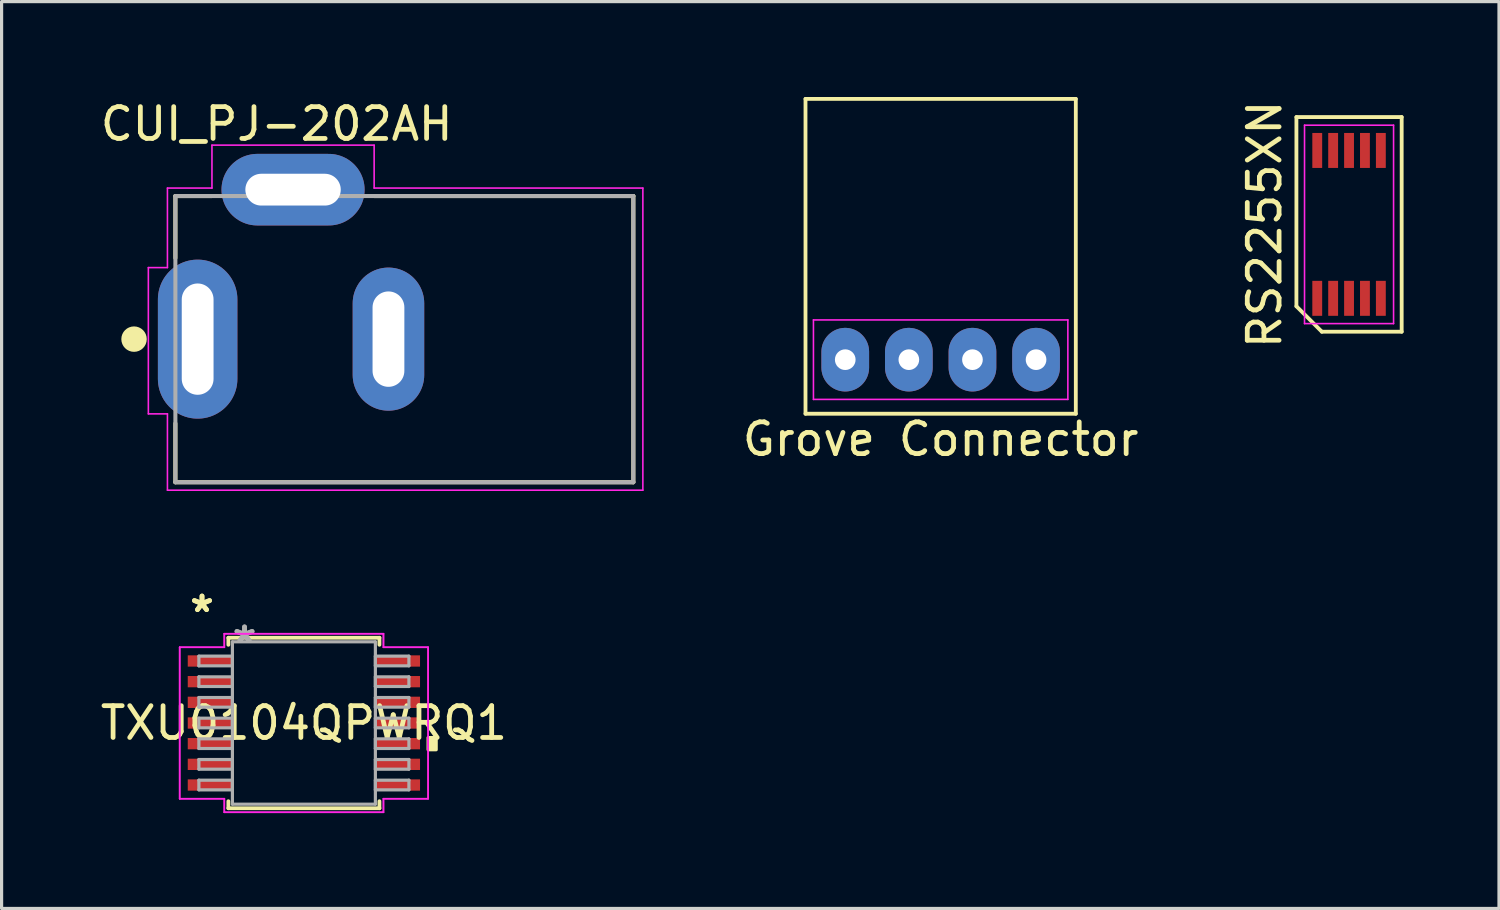
<source format=kicad_pcb>
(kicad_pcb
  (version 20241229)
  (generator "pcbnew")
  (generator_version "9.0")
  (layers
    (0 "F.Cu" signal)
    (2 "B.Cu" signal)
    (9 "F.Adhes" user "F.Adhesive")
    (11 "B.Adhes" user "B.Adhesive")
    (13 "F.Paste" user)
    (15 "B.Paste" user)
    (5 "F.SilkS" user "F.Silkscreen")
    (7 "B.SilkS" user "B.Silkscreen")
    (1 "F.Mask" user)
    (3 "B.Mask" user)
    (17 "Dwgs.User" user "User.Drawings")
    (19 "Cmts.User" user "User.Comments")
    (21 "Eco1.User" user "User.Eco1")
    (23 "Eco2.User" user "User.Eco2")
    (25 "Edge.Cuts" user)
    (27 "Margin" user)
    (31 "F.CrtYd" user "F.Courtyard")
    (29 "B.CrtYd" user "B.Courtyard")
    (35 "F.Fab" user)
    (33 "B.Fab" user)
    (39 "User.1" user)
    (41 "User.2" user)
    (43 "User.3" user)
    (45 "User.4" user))
  (footprint "CUI_PJ-202AH"
    (layer "F.Cu")
    (at 9.665 7.614)
    (property "Reference" "CUI_PJ-202AH" (at -4.015 -6.766 0) (layer "F.SilkS") (effects (font (size 1 1) (thickness 0.15))))
    (attr through_hole)
    (fp_line (start -7.2 -4.5) (end -6.05 -4.5) (stroke (width 0.127) (type solid)) (layer "F.SilkS"))
    (fp_line (start -7.2 -2.55) (end -7.2 -4.5) (stroke (width 0.127) (type solid)) (layer "F.SilkS"))
    (fp_line (start -7.2 4.5) (end -7.2 2.65) (stroke (width 0.127) (type solid)) (layer "F.SilkS"))
    (fp_line (start -0.95 -4.5) (end 7.2 -4.5) (stroke (width 0.127) (type solid)) (layer "F.SilkS"))
    (fp_line (start 7.2 -4.5) (end 7.2 4.5) (stroke (width 0.127) (type solid)) (layer "F.SilkS"))
    (fp_line (start 7.2 4.5) (end -7.2 4.5) (stroke (width 0.127) (type solid)) (layer "F.SilkS"))
    (fp_circle (center -8.5 0) (end -8.3 0) (stroke (width 0.4) (type solid)) (fill no) (layer "F.SilkS"))
    (fp_line (start -8.05 -2.25) (end -8.05 2.35) (stroke (width 0.05) (type solid)) (layer "F.CrtYd"))
    (fp_line (start -8.05 2.35) (end -7.45 2.35) (stroke (width 0.05) (type solid)) (layer "F.CrtYd"))
    (fp_line (start -7.45 -4.75) (end -6.05 -4.75) (stroke (width 0.05) (type solid)) (layer "F.CrtYd"))
    (fp_line (start -7.45 -2.25) (end -8.05 -2.25) (stroke (width 0.05) (type solid)) (layer "F.CrtYd"))
    (fp_line (start -7.45 -2.25) (end -7.45 -4.75) (stroke (width 0.05) (type solid)) (layer "F.CrtYd"))
    (fp_line (start -7.45 4.75) (end -7.45 2.35) (stroke (width 0.05) (type solid)) (layer "F.CrtYd"))
    (fp_line (start -6.05 -6.1) (end -0.95 -6.1) (stroke (width 0.05) (type solid)) (layer "F.CrtYd"))
    (fp_line (start -6.05 -4.75) (end -6.05 -6.1) (stroke (width 0.05) (type solid)) (layer "F.CrtYd"))
    (fp_line (start -0.95 -6.1) (end -0.95 -4.75) (stroke (width 0.05) (type solid)) (layer "F.CrtYd"))
    (fp_line (start -0.95 -4.75) (end 7.5 -4.75) (stroke (width 0.05) (type solid)) (layer "F.CrtYd"))
    (fp_line (start 7.5 -4.75) (end 7.5 4.75) (stroke (width 0.05) (type solid)) (layer "F.CrtYd"))
    (fp_line (start 7.5 4.75) (end -7.45 4.75) (stroke (width 0.05) (type solid)) (layer "F.CrtYd"))
    (fp_line (start -7.2 -4.5) (end 7.2 -4.5) (stroke (width 0.127) (type solid)) (layer "F.Fab"))
    (fp_line (start -7.2 4.5) (end -7.2 -4.5) (stroke (width 0.127) (type solid)) (layer "F.Fab"))
    (fp_line (start 7.2 -4.5) (end 7.2 4.5) (stroke (width 0.127) (type solid)) (layer "F.Fab"))
    (fp_line (start 7.2 4.5) (end -7.2 4.5) (stroke (width 0.127) (type solid)) (layer "F.Fab"))
    (pad "1" thru_hole oval (at -6.5 0) (size 2.5 5) (drill oval 1 3.5) (layers "*.Cu" "*.Mask"))
    (pad "2" thru_hole oval (at -0.5 0) (size 2.25 4.5) (drill oval 1 3) (layers "*.Cu" "*.Mask"))
    (pad "3" thru_hole oval (at -3.5 -4.7) (size 4.5 2.25) (drill oval 3 1) (layers "*.Cu" "*.Mask")))
  (footprint "Grove Connector"
    (layer "F.Cu")
    (at 26.529 8.26)
    (property "Reference" "Grove Connector" (at 0 2.5 0) (layer "F.SilkS") (effects (font (size 1 1) (thickness 0.15))))
    (fp_line (start -4.25 -8.2) (end 4.25 -8.2) (stroke (width 0.12) (type default)) (layer "F.SilkS"))
    (fp_line (start -4.25 1.7) (end -4.25 -8.2) (stroke (width 0.12) (type default)) (layer "F.SilkS"))
    (fp_line (start 4.25 -8.2) (end 4.25 1.7) (stroke (width 0.12) (type default)) (layer "F.SilkS"))
    (fp_line (start 4.25 1.7) (end -4.25 1.7) (stroke (width 0.12) (type default)) (layer "F.SilkS"))
    (fp_line (start -4 -1.25) (end 4 -1.25) (stroke (width 0.05) (type default)) (layer "F.CrtYd"))
    (fp_line (start -4 1.25) (end -4 -1.25) (stroke (width 0.05) (type default)) (layer "F.CrtYd"))
    (fp_line (start 4 -1.25) (end 4 1.25) (stroke (width 0.05) (type default)) (layer "F.CrtYd"))
    (fp_line (start 4 1.25) (end -4 1.25) (stroke (width 0.05) (type default)) (layer "F.CrtYd"))
    (pad "1" thru_hole oval (at -3 0) (size 1.5 2) (drill 0.65) (layers "*.Cu" "*.Mask"))
    (pad "2" thru_hole oval (at -1 0) (size 1.5 2) (drill 0.65) (layers "*.Cu" "*.Mask"))
    (pad "3" thru_hole oval (at 1 0) (size 1.5 2) (drill 0.65) (layers "*.Cu" "*.Mask"))
    (pad "4" thru_hole oval (at 3 0) (size 1.5 2) (drill 0.65) (layers "*.Cu" "*.Mask")))
  (footprint "RS2255XN"
    (layer "F.Cu")
    (at 39.371 4.006)
    (property "Reference" "RS2255XN" (at -2.655 0 90) (layer "F.SilkS") (effects (font (size 1 1) (thickness 0.15))))
    (attr through_hole)
    (fp_line (start -1.655 -3.375) (end 1.655 -3.375) (stroke (width 0.12) (type default)) (layer "F.SilkS"))
    (fp_line (start -1.655 2.575) (end -1.655 -3.375) (stroke (width 0.12) (type default)) (layer "F.SilkS"))
    (fp_line (start -0.855 3.375) (end -1.655 2.575) (stroke (width 0.12) (type default)) (layer "F.SilkS"))
    (fp_line (start 1.655 -3.375) (end 1.655 3.375) (stroke (width 0.12) (type default)) (layer "F.SilkS"))
    (fp_line (start 1.655 3.375) (end -0.855 3.375) (stroke (width 0.12) (type default)) (layer "F.SilkS"))
    (fp_line (start -1.4 -3.12) (end 1.4 -3.12) (stroke (width 0.05) (type default)) (layer "F.CrtYd"))
    (fp_line (start -1.4 3.12) (end -1.4 -3.12) (stroke (width 0.05) (type default)) (layer "F.CrtYd"))
    (fp_line (start 1.4 -3.12) (end 1.4 3.12) (stroke (width 0.05) (type default)) (layer "F.CrtYd"))
    (fp_line (start 1.4 3.12) (end -1.4 3.12) (stroke (width 0.05) (type default)) (layer "F.CrtYd"))
    (pad "1" smd rect (at -1 2.325) (size 0.31 1.1) (layers "F.Cu" "F.Mask" "F.Paste"))
    (pad "2" smd rect (at -0.5 2.325) (size 0.31 1.1) (layers "F.Cu" "F.Mask" "F.Paste"))
    (pad "3" smd rect (at 0 2.325) (size 0.31 1.1) (layers "F.Cu" "F.Mask" "F.Paste"))
    (pad "4" smd rect (at 0.5 2.325) (size 0.31 1.1) (layers "F.Cu" "F.Mask" "F.Paste"))
    (pad "5" smd rect (at 1 2.325) (size 0.31 1.1) (layers "F.Cu" "F.Mask" "F.Paste"))
    (pad "6" smd rect (at 1 -2.325) (size 0.31 1.1) (layers "F.Cu" "F.Mask" "F.Paste"))
    (pad "7" smd rect (at 0.5 -2.325) (size 0.31 1.1) (layers "F.Cu" "F.Mask" "F.Paste"))
    (pad "8" smd rect (at 0 -2.325) (size 0.31 1.1) (layers "F.Cu" "F.Mask" "F.Paste"))
    (pad "9" smd rect (at -0.5 -2.325) (size 0.31 1.1) (layers "F.Cu" "F.Mask" "F.Paste"))
    (pad "10" smd rect (at -1 -2.325) (size 0.31 1.1) (layers "F.Cu" "F.Mask" "F.Paste")))
  (footprint "TXU0104QPWRQ1"
    (layer "F.Cu")
    (at 6.506 19.685)
    (property "Reference" "TXU0104QPWRQ1" (at 0 0 0) (layer "F.SilkS") (effects (font (size 1 1) (thickness 0.15))))
    (attr through_hole)
    (fp_line (start -2.375 -2.68) (end -2.375 -2.46) (stroke (width 0.12) (type solid)) (layer "F.SilkS"))
    (fp_line (start -2.375 2.46) (end -2.375 2.68) (stroke (width 0.12) (type solid)) (layer "F.SilkS"))
    (fp_line (start -2.375 2.68) (end 2.375 2.68) (stroke (width 0.12) (type solid)) (layer "F.SilkS"))
    (fp_line (start 2.375 -2.68) (end -2.375 -2.68) (stroke (width 0.12) (type solid)) (layer "F.SilkS"))
    (fp_line (start 2.375 -2.46) (end 2.375 -2.68) (stroke (width 0.12) (type solid)) (layer "F.SilkS"))
    (fp_line (start 2.375 2.68) (end 2.375 2.46) (stroke (width 0.12) (type solid)) (layer "F.SilkS"))
    (fp_poly (pts (xy 4.16 0.459) (xy 4.16 0.84) (xy 3.906 0.84) (xy 3.906 0.459)) (stroke (width 0.1) (type solid)) (fill yes) (layer "F.SilkS"))
    (fp_line (start -3.906 -2.381) (end -2.502 -2.381) (stroke (width 0.05) (type solid)) (layer "F.CrtYd"))
    (fp_line (start -3.906 -2.381) (end -2.502 -2.381) (stroke (width 0.05) (type solid)) (layer "F.CrtYd"))
    (fp_line (start -3.906 2.381) (end -3.906 -2.381) (stroke (width 0.05) (type solid)) (layer "F.CrtYd"))
    (fp_line (start -3.906 2.381) (end -3.906 -2.381) (stroke (width 0.05) (type solid)) (layer "F.CrtYd"))
    (fp_line (start -3.906 2.381) (end -2.502 2.381) (stroke (width 0.05) (type solid)) (layer "F.CrtYd"))
    (fp_line (start -2.502 -2.807) (end 2.502 -2.807) (stroke (width 0.05) (type solid)) (layer "F.CrtYd"))
    (fp_line (start -2.502 -2.807) (end 2.502 -2.807) (stroke (width 0.05) (type solid)) (layer "F.CrtYd"))
    (fp_line (start -2.502 -2.381) (end -2.502 -2.807) (stroke (width 0.05) (type solid)) (layer "F.CrtYd"))
    (fp_line (start -2.502 -2.381) (end -2.502 -2.807) (stroke (width 0.05) (type solid)) (layer "F.CrtYd"))
    (fp_line (start -2.502 2.381) (end -3.906 2.381) (stroke (width 0.05) (type solid)) (layer "F.CrtYd"))
    (fp_line (start -2.502 2.807) (end -2.502 2.381) (stroke (width 0.05) (type solid)) (layer "F.CrtYd"))
    (fp_line (start -2.502 2.807) (end -2.502 2.381) (stroke (width 0.05) (type solid)) (layer "F.CrtYd"))
    (fp_line (start 2.502 -2.807) (end 2.502 -2.381) (stroke (width 0.05) (type solid)) (layer "F.CrtYd"))
    (fp_line (start 2.502 -2.807) (end 2.502 -2.381) (stroke (width 0.05) (type solid)) (layer "F.CrtYd"))
    (fp_line (start 2.502 -2.381) (end 3.906 -2.381) (stroke (width 0.05) (type solid)) (layer "F.CrtYd"))
    (fp_line (start 2.502 2.381) (end 2.502 2.807) (stroke (width 0.05) (type solid)) (layer "F.CrtYd"))
    (fp_line (start 2.502 2.381) (end 2.502 2.807) (stroke (width 0.05) (type solid)) (layer "F.CrtYd"))
    (fp_line (start 2.502 2.807) (end -2.502 2.807) (stroke (width 0.05) (type solid)) (layer "F.CrtYd"))
    (fp_line (start 2.502 2.807) (end -2.502 2.807) (stroke (width 0.05) (type solid)) (layer "F.CrtYd"))
    (fp_line (start 3.906 -2.381) (end 2.502 -2.381) (stroke (width 0.05) (type solid)) (layer "F.CrtYd"))
    (fp_line (start 3.906 -2.381) (end 3.906 2.381) (stroke (width 0.05) (type solid)) (layer "F.CrtYd"))
    (fp_line (start 3.906 -2.381) (end 3.906 2.381) (stroke (width 0.05) (type solid)) (layer "F.CrtYd"))
    (fp_line (start 3.906 2.381) (end 2.502 2.381) (stroke (width 0.05) (type solid)) (layer "F.CrtYd"))
    (fp_line (start 3.906 2.381) (end 2.502 2.381) (stroke (width 0.05) (type solid)) (layer "F.CrtYd"))
    (fp_line (start -3.302 -2.102) (end -3.302 -1.798) (stroke (width 0.1) (type solid)) (layer "F.Fab"))
    (fp_line (start -3.302 -1.798) (end -2.248 -1.798) (stroke (width 0.1) (type solid)) (layer "F.Fab"))
    (fp_line (start -3.302 -1.452) (end -3.302 -1.148) (stroke (width 0.1) (type solid)) (layer "F.Fab"))
    (fp_line (start -3.302 -1.148) (end -2.248 -1.148) (stroke (width 0.1) (type solid)) (layer "F.Fab"))
    (fp_line (start -3.302 -0.802) (end -3.302 -0.498) (stroke (width 0.1) (type solid)) (layer "F.Fab"))
    (fp_line (start -3.302 -0.498) (end -2.248 -0.498) (stroke (width 0.1) (type solid)) (layer "F.Fab"))
    (fp_line (start -3.302 -0.152) (end -3.302 0.152) (stroke (width 0.1) (type solid)) (layer "F.Fab"))
    (fp_line (start -3.302 0.152) (end -2.248 0.152) (stroke (width 0.1) (type solid)) (layer "F.Fab"))
    (fp_line (start -3.302 0.498) (end -3.302 0.802) (stroke (width 0.1) (type solid)) (layer "F.Fab"))
    (fp_line (start -3.302 0.802) (end -2.248 0.802) (stroke (width 0.1) (type solid)) (layer "F.Fab"))
    (fp_line (start -3.302 1.148) (end -3.302 1.452) (stroke (width 0.1) (type solid)) (layer "F.Fab"))
    (fp_line (start -3.302 1.452) (end -2.248 1.452) (stroke (width 0.1) (type solid)) (layer "F.Fab"))
    (fp_line (start -3.302 1.798) (end -3.302 2.102) (stroke (width 0.1) (type solid)) (layer "F.Fab"))
    (fp_line (start -3.302 2.102) (end -2.248 2.102) (stroke (width 0.1) (type solid)) (layer "F.Fab"))
    (fp_line (start -2.248 -2.553) (end -2.248 2.553) (stroke (width 0.1) (type solid)) (layer "F.Fab"))
    (fp_line (start -2.248 -2.102) (end -3.302 -2.102) (stroke (width 0.1) (type solid)) (layer "F.Fab"))
    (fp_line (start -2.248 -1.798) (end -2.248 -2.102) (stroke (width 0.1) (type solid)) (layer "F.Fab"))
    (fp_line (start -2.248 -1.452) (end -3.302 -1.452) (stroke (width 0.1) (type solid)) (layer "F.Fab"))
    (fp_line (start -2.248 -1.148) (end -2.248 -1.452) (stroke (width 0.1) (type solid)) (layer "F.Fab"))
    (fp_line (start -2.248 -0.802) (end -3.302 -0.802) (stroke (width 0.1) (type solid)) (layer "F.Fab"))
    (fp_line (start -2.248 -0.498) (end -2.248 -0.802) (stroke (width 0.1) (type solid)) (layer "F.Fab"))
    (fp_line (start -2.248 -0.152) (end -3.302 -0.152) (stroke (width 0.1) (type solid)) (layer "F.Fab"))
    (fp_line (start -2.248 0.152) (end -2.248 -0.152) (stroke (width 0.1) (type solid)) (layer "F.Fab"))
    (fp_line (start -2.248 0.498) (end -3.302 0.498) (stroke (width 0.1) (type solid)) (layer "F.Fab"))
    (fp_line (start -2.248 0.802) (end -2.248 0.498) (stroke (width 0.1) (type solid)) (layer "F.Fab"))
    (fp_line (start -2.248 1.148) (end -3.302 1.148) (stroke (width 0.1) (type solid)) (layer "F.Fab"))
    (fp_line (start -2.248 1.452) (end -2.248 1.148) (stroke (width 0.1) (type solid)) (layer "F.Fab"))
    (fp_line (start -2.248 1.798) (end -3.302 1.798) (stroke (width 0.1) (type solid)) (layer "F.Fab"))
    (fp_line (start -2.248 2.102) (end -2.248 1.798) (stroke (width 0.1) (type solid)) (layer "F.Fab"))
    (fp_line (start -2.248 2.553) (end 2.248 2.553) (stroke (width 0.1) (type solid)) (layer "F.Fab"))
    (fp_line (start 2.248 -2.553) (end -2.248 -2.553) (stroke (width 0.1) (type solid)) (layer "F.Fab"))
    (fp_line (start 2.248 -2.102) (end 2.248 -1.798) (stroke (width 0.1) (type solid)) (layer "F.Fab"))
    (fp_line (start 2.248 -1.798) (end 3.302 -1.798) (stroke (width 0.1) (type solid)) (layer "F.Fab"))
    (fp_line (start 2.248 -1.452) (end 2.248 -1.148) (stroke (width 0.1) (type solid)) (layer "F.Fab"))
    (fp_line (start 2.248 -1.148) (end 3.302 -1.148) (stroke (width 0.1) (type solid)) (layer "F.Fab"))
    (fp_line (start 2.248 -0.802) (end 2.248 -0.498) (stroke (width 0.1) (type solid)) (layer "F.Fab"))
    (fp_line (start 2.248 -0.498) (end 3.302 -0.498) (stroke (width 0.1) (type solid)) (layer "F.Fab"))
    (fp_line (start 2.248 -0.152) (end 2.248 0.152) (stroke (width 0.1) (type solid)) (layer "F.Fab"))
    (fp_line (start 2.248 0.152) (end 3.302 0.152) (stroke (width 0.1) (type solid)) (layer "F.Fab"))
    (fp_line (start 2.248 0.498) (end 2.248 0.802) (stroke (width 0.1) (type solid)) (layer "F.Fab"))
    (fp_line (start 2.248 0.802) (end 3.302 0.802) (stroke (width 0.1) (type solid)) (layer "F.Fab"))
    (fp_line (start 2.248 1.148) (end 2.248 1.452) (stroke (width 0.1) (type solid)) (layer "F.Fab"))
    (fp_line (start 2.248 1.452) (end 3.302 1.452) (stroke (width 0.1) (type solid)) (layer "F.Fab"))
    (fp_line (start 2.248 1.798) (end 2.248 2.102) (stroke (width 0.1) (type solid)) (layer "F.Fab"))
    (fp_line (start 2.248 2.102) (end 3.302 2.102) (stroke (width 0.1) (type solid)) (layer "F.Fab"))
    (fp_line (start 2.248 2.553) (end 2.248 -2.553) (stroke (width 0.1) (type solid)) (layer "F.Fab"))
    (fp_line (start 3.302 -2.102) (end 2.248 -2.102) (stroke (width 0.1) (type solid)) (layer "F.Fab"))
    (fp_line (start 3.302 -1.798) (end 3.302 -2.102) (stroke (width 0.1) (type solid)) (layer "F.Fab"))
    (fp_line (start 3.302 -1.452) (end 2.248 -1.452) (stroke (width 0.1) (type solid)) (layer "F.Fab"))
    (fp_line (start 3.302 -1.148) (end 3.302 -1.452) (stroke (width 0.1) (type solid)) (layer "F.Fab"))
    (fp_line (start 3.302 -0.802) (end 2.248 -0.802) (stroke (width 0.1) (type solid)) (layer "F.Fab"))
    (fp_line (start 3.302 -0.498) (end 3.302 -0.802) (stroke (width 0.1) (type solid)) (layer "F.Fab"))
    (fp_line (start 3.302 -0.152) (end 2.248 -0.152) (stroke (width 0.1) (type solid)) (layer "F.Fab"))
    (fp_line (start 3.302 0.152) (end 3.302 -0.152) (stroke (width 0.1) (type solid)) (layer "F.Fab"))
    (fp_line (start 3.302 0.498) (end 2.248 0.498) (stroke (width 0.1) (type solid)) (layer "F.Fab"))
    (fp_line (start 3.302 0.802) (end 3.302 0.498) (stroke (width 0.1) (type solid)) (layer "F.Fab"))
    (fp_line (start 3.302 1.148) (end 2.248 1.148) (stroke (width 0.1) (type solid)) (layer "F.Fab"))
    (fp_line (start 3.302 1.452) (end 3.302 1.148) (stroke (width 0.1) (type solid)) (layer "F.Fab"))
    (fp_line (start 3.302 1.798) (end 2.248 1.798) (stroke (width 0.1) (type solid)) (layer "F.Fab"))
    (fp_line (start 3.302 2.102) (end 3.302 1.798) (stroke (width 0.1) (type solid)) (layer "F.Fab"))
    (fp_text user "*" (at -3.204 -3.448 0) (layer "F.SilkS") (effects (font (size 1 1) (thickness 0.15))))
    (fp_text user "*" (at -3.204 -3.448 0) (layer "F.SilkS") (effects (font (size 1 1) (thickness 0.15))))
    (fp_text user "*" (at -1.867 -2.477 0) (layer "F.Fab") (effects (font (size 1 1) (thickness 0.15))))
    (fp_text user "*" (at -1.867 -2.477 0) (layer "F.Fab") (effects (font (size 1 1) (thickness 0.15))))
    (pad "1" smd rect (at -2.95 -1.95) (size 1.404 0.355) (layers "F.Cu" "F.Mask" "F.Paste"))
    (pad "2" smd rect (at -2.95 -1.3) (size 1.404 0.355) (layers "F.Cu" "F.Mask" "F.Paste"))
    (pad "3" smd rect (at -2.95 -0.65) (size 1.404 0.355) (layers "F.Cu" "F.Mask" "F.Paste"))
    (pad "4" smd rect (at -2.95 0) (size 1.404 0.355) (layers "F.Cu" "F.Mask" "F.Paste"))
    (pad "5" smd rect (at -2.95 0.65) (size 1.404 0.355) (layers "F.Cu" "F.Mask" "F.Paste"))
    (pad "6" smd rect (at -2.95 1.3) (size 1.404 0.355) (layers "F.Cu" "F.Mask" "F.Paste"))
    (pad "7" smd rect (at -2.95 1.95) (size 1.404 0.355) (layers "F.Cu" "F.Mask" "F.Paste"))
    (pad "8" smd rect (at 2.95 1.95) (size 1.404 0.355) (layers "F.Cu" "F.Mask" "F.Paste"))
    (pad "9" smd rect (at 2.95 1.3) (size 1.404 0.355) (layers "F.Cu" "F.Mask" "F.Paste"))
    (pad "10" smd rect (at 2.95 0.65) (size 1.404 0.355) (layers "F.Cu" "F.Mask" "F.Paste"))
    (pad "11" smd rect (at 2.95 0) (size 1.404 0.355) (layers "F.Cu" "F.Mask" "F.Paste"))
    (pad "12" smd rect (at 2.95 -0.65) (size 1.404 0.355) (layers "F.Cu" "F.Mask" "F.Paste"))
    (pad "13" smd rect (at 2.95 -1.3) (size 1.404 0.355) (layers "F.Cu" "F.Mask" "F.Paste"))
    (pad "14" smd rect (at 2.95 -1.95) (size 1.404 0.355) (layers "F.Cu" "F.Mask" "F.Paste")))
  (gr_rect
    (start -3 -3)
    (end 44.086 25.517)
    (stroke (width 0.1) (type default))
    (fill no)
    (layer "Edge.Cuts")))
</source>
